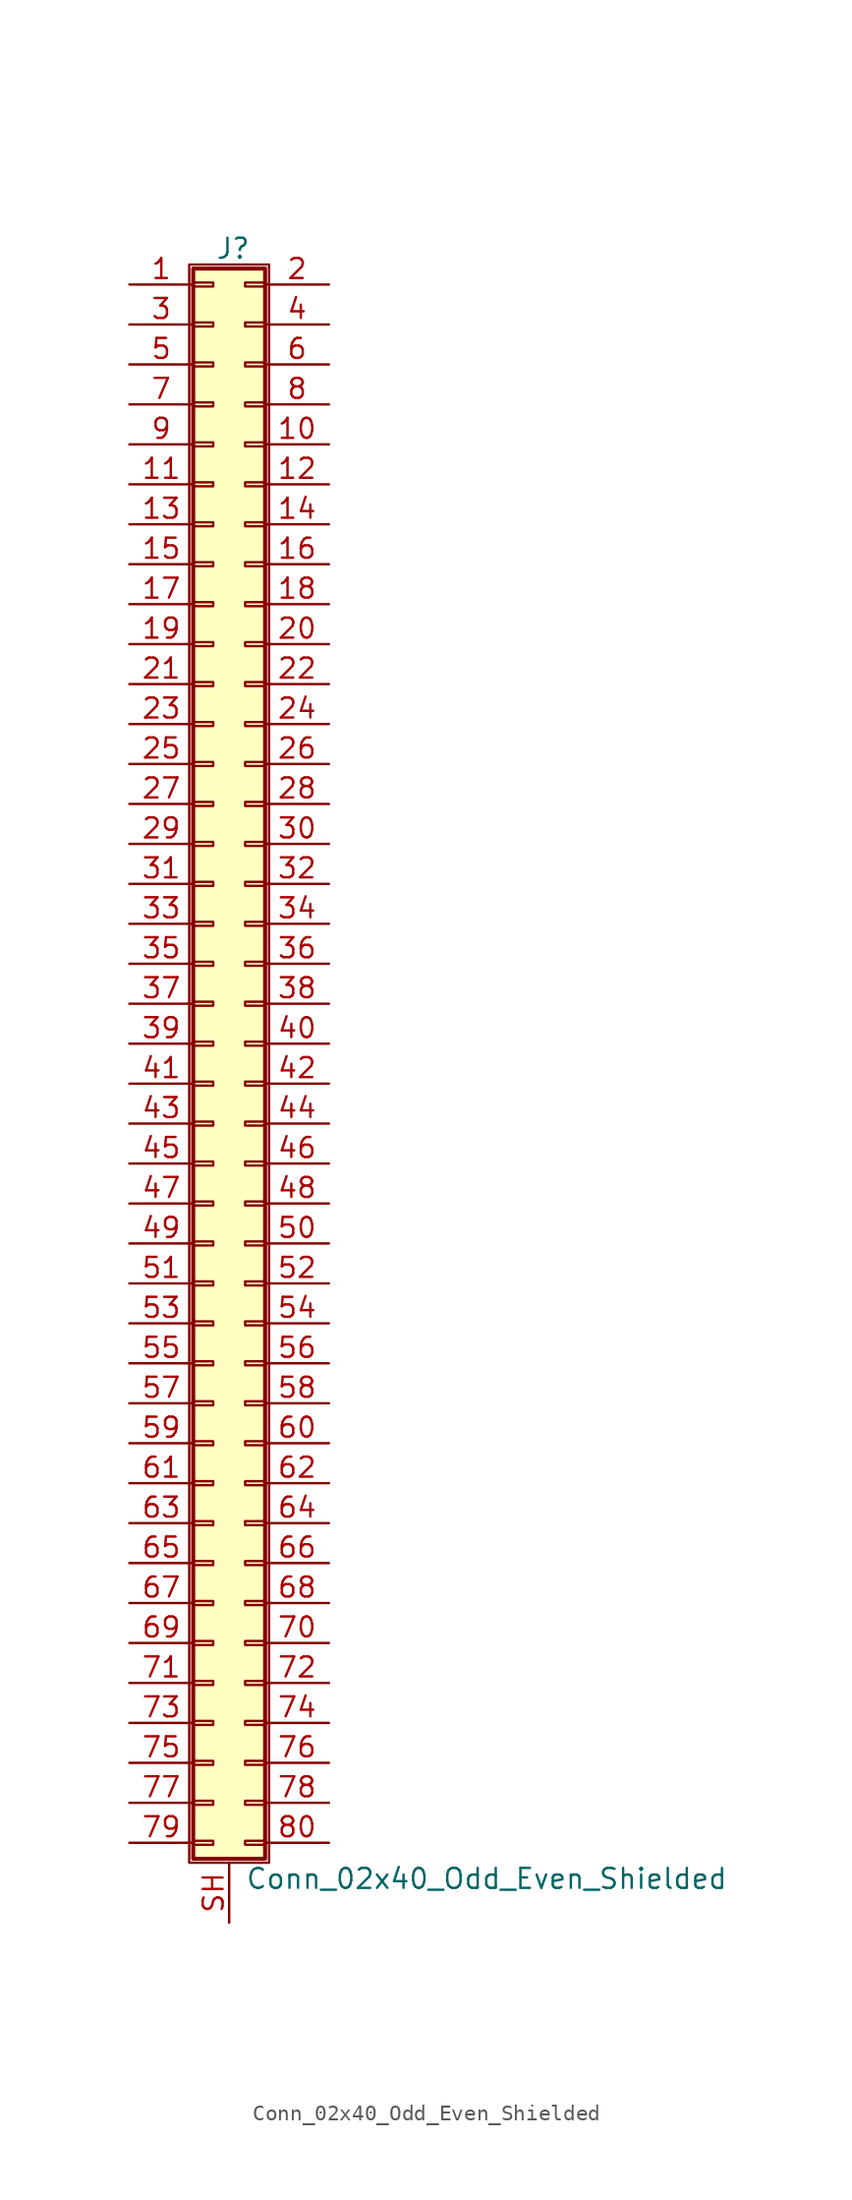
<source format=kicad_sym>
(kicad_symbol_lib
  (version 20201005)
  (generator kicad_symbol_editor)
  (symbol "Connector_Generic_Shielded:Conn_02x40_Odd_Even_Shielded"
    (pin_names
      (offset 1.016) hide)
    (property "Reference" "J"
      (at 1.524 50.546 0)
      (effects (font (size 1.27 1.27))))
    (property "Value" "Conn_02x40_Odd_Even_Shielded"
      (at 2.286 -53.086 0)
      (effects (font (size 1.27 1.27)) (justify left)))
    (symbol "Conn_02x40_Odd_Even_Shielded_1_1"
      (rectangle (start -1.016 -27.813) (end 0.254 -28.067) (stroke (width 0.152)) (fill (type none)))
      (rectangle (start -1.016 -30.353) (end 0.254 -30.607) (stroke (width 0.152)) (fill (type none)))
      (rectangle (start -1.016 -32.893) (end 0.254 -33.147) (stroke (width 0.152)) (fill (type none)))
      (rectangle (start -1.016 -35.433) (end 0.254 -35.687) (stroke (width 0.152)) (fill (type none)))
      (rectangle (start -1.016 -37.973) (end 0.254 -38.227) (stroke (width 0.152)) (fill (type none)))
      (rectangle (start -1.016 -40.513) (end 0.254 -40.767) (stroke (width 0.152)) (fill (type none)))
      (rectangle (start -1.016 -43.053) (end 0.254 -43.307) (stroke (width 0.152)) (fill (type none)))
      (rectangle (start -1.016 -45.593) (end 0.254 -45.847) (stroke (width 0.152)) (fill (type none)))
      (rectangle (start -1.016 -48.133) (end 0.254 -48.387) (stroke (width 0.152)) (fill (type none)))
      (rectangle (start -1.016 -4.953) (end 0.254 -5.207) (stroke (width 0.152)) (fill (type none)))
      (rectangle (start -1.016 -50.673) (end 0.254 -50.927) (stroke (width 0.152)) (fill (type none)))
      (rectangle (start -1.016 -7.493) (end 0.254 -7.747) (stroke (width 0.152)) (fill (type none)))
      (rectangle (start -1.016 -10.033) (end 0.254 -10.287) (stroke (width 0.152)) (fill (type none)))
      (rectangle (start -1.016 -12.573) (end 0.254 -12.827) (stroke (width 0.152)) (fill (type none)))
      (rectangle (start -1.016 -15.113) (end 0.254 -15.367) (stroke (width 0.152)) (fill (type none)))
      (rectangle (start -1.016 -17.653) (end 0.254 -17.907) (stroke (width 0.152)) (fill (type none)))
      (rectangle (start -1.016 -20.193) (end 0.254 -20.447) (stroke (width 0.152)) (fill (type none)))
      (rectangle (start -1.016 -22.733) (end 0.254 -22.987) (stroke (width 0.152)) (fill (type none)))
      (rectangle (start -1.016 -2.413) (end 0.254 -2.667) (stroke (width 0.152)) (fill (type none)))
      (rectangle (start -1.016 -25.273) (end 0.254 -25.527) (stroke (width 0.152)) (fill (type none)))
      (rectangle (start -1.016 25.527) (end 0.254 25.273) (stroke (width 0.152)) (fill (type none)))
      (rectangle (start -1.016 2.667) (end 0.254 2.413) (stroke (width 0.152)) (fill (type none)))
      (rectangle (start -1.016 28.067) (end 0.254 27.813) (stroke (width 0.152)) (fill (type none)))
      (rectangle (start -1.016 30.607) (end 0.254 30.353) (stroke (width 0.152)) (fill (type none)))
      (rectangle (start -1.016 33.147) (end 0.254 32.893) (stroke (width 0.152)) (fill (type none)))
      (rectangle (start -1.016 35.687) (end 0.254 35.433) (stroke (width 0.152)) (fill (type none)))
      (rectangle (start -1.016 38.227) (end 0.254 37.973) (stroke (width 0.152)) (fill (type none)))
      (rectangle (start -1.016 40.767) (end 0.254 40.513) (stroke (width 0.152)) (fill (type none)))
      (rectangle (start -1.016 43.307) (end 0.254 43.053) (stroke (width 0.152)) (fill (type none)))
      (rectangle (start -1.016 45.847) (end 0.254 45.593) (stroke (width 0.152)) (fill (type none)))
      (rectangle (start -1.016 48.387) (end 0.254 48.133) (stroke (width 0.152)) (fill (type none)))
      (rectangle (start -1.016 49.276) (end 3.556 -51.816) (stroke (width 0.254)) (fill (type background)))
      (rectangle (start -1.016 5.207) (end 0.254 4.953) (stroke (width 0.152)) (fill (type none)))
      (rectangle (start -1.016 7.747) (end 0.254 7.493) (stroke (width 0.152)) (fill (type none)))
      (rectangle (start -1.016 10.287) (end 0.254 10.033) (stroke (width 0.152)) (fill (type none)))
      (rectangle (start -1.016 0.127) (end 0.254 -0.127) (stroke (width 0.152)) (fill (type none)))
      (rectangle (start -1.016 12.827) (end 0.254 12.573) (stroke (width 0.152)) (fill (type none)))
      (rectangle (start -1.016 15.367) (end 0.254 15.113) (stroke (width 0.152)) (fill (type none)))
      (rectangle (start -1.016 17.907) (end 0.254 17.653) (stroke (width 0.152)) (fill (type none)))
      (rectangle (start -1.016 20.447) (end 0.254 20.193) (stroke (width 0.152)) (fill (type none)))
      (rectangle (start -1.016 22.987) (end 0.254 22.733) (stroke (width 0.152)) (fill (type none)))
      (rectangle (start -1.27 49.53) (end 3.81 -52.07) (stroke (width 0.152)) (fill (type none)))
      (rectangle (start 3.556 -27.813) (end 2.286 -28.067) (stroke (width 0.152)) (fill (type none)))
      (rectangle (start 3.556 -30.353) (end 2.286 -30.607) (stroke (width 0.152)) (fill (type none)))
      (rectangle (start 3.556 -32.893) (end 2.286 -33.147) (stroke (width 0.152)) (fill (type none)))
      (rectangle (start 3.556 -35.433) (end 2.286 -35.687) (stroke (width 0.152)) (fill (type none)))
      (rectangle (start 3.556 -37.973) (end 2.286 -38.227) (stroke (width 0.152)) (fill (type none)))
      (rectangle (start 3.556 -40.513) (end 2.286 -40.767) (stroke (width 0.152)) (fill (type none)))
      (rectangle (start 3.556 -43.053) (end 2.286 -43.307) (stroke (width 0.152)) (fill (type none)))
      (rectangle (start 3.556 -45.593) (end 2.286 -45.847) (stroke (width 0.152)) (fill (type none)))
      (rectangle (start 3.556 -48.133) (end 2.286 -48.387) (stroke (width 0.152)) (fill (type none)))
      (rectangle (start 3.556 -4.953) (end 2.286 -5.207) (stroke (width 0.152)) (fill (type none)))
      (rectangle (start 3.556 -50.673) (end 2.286 -50.927) (stroke (width 0.152)) (fill (type none)))
      (rectangle (start 3.556 -7.493) (end 2.286 -7.747) (stroke (width 0.152)) (fill (type none)))
      (rectangle (start 3.556 -10.033) (end 2.286 -10.287) (stroke (width 0.152)) (fill (type none)))
      (rectangle (start 3.556 -12.573) (end 2.286 -12.827) (stroke (width 0.152)) (fill (type none)))
      (rectangle (start 3.556 -15.113) (end 2.286 -15.367) (stroke (width 0.152)) (fill (type none)))
      (rectangle (start 3.556 -17.653) (end 2.286 -17.907) (stroke (width 0.152)) (fill (type none)))
      (rectangle (start 3.556 -20.193) (end 2.286 -20.447) (stroke (width 0.152)) (fill (type none)))
      (rectangle (start 3.556 -22.733) (end 2.286 -22.987) (stroke (width 0.152)) (fill (type none)))
      (rectangle (start 3.556 -2.413) (end 2.286 -2.667) (stroke (width 0.152)) (fill (type none)))
      (rectangle (start 3.556 -25.273) (end 2.286 -25.527) (stroke (width 0.152)) (fill (type none)))
      (rectangle (start 3.556 25.527) (end 2.286 25.273) (stroke (width 0.152)) (fill (type none)))
      (rectangle (start 3.556 2.667) (end 2.286 2.413) (stroke (width 0.152)) (fill (type none)))
      (rectangle (start 3.556 28.067) (end 2.286 27.813) (stroke (width 0.152)) (fill (type none)))
      (rectangle (start 3.556 30.607) (end 2.286 30.353) (stroke (width 0.152)) (fill (type none)))
      (rectangle (start 3.556 33.147) (end 2.286 32.893) (stroke (width 0.152)) (fill (type none)))
      (rectangle (start 3.556 35.687) (end 2.286 35.433) (stroke (width 0.152)) (fill (type none)))
      (rectangle (start 3.556 38.227) (end 2.286 37.973) (stroke (width 0.152)) (fill (type none)))
      (rectangle (start 3.556 40.767) (end 2.286 40.513) (stroke (width 0.152)) (fill (type none)))
      (rectangle (start 3.556 43.307) (end 2.286 43.053) (stroke (width 0.152)) (fill (type none)))
      (rectangle (start 3.556 45.847) (end 2.286 45.593) (stroke (width 0.152)) (fill (type none)))
      (rectangle (start 3.556 48.387) (end 2.286 48.133) (stroke (width 0.152)) (fill (type none)))
      (rectangle (start 3.556 5.207) (end 2.286 4.953) (stroke (width 0.152)) (fill (type none)))
      (rectangle (start 3.556 7.747) (end 2.286 7.493) (stroke (width 0.152)) (fill (type none)))
      (rectangle (start 3.556 10.287) (end 2.286 10.033) (stroke (width 0.152)) (fill (type none)))
      (rectangle (start 3.556 0.127) (end 2.286 -0.127) (stroke (width 0.152)) (fill (type none)))
      (rectangle (start 3.556 12.827) (end 2.286 12.573) (stroke (width 0.152)) (fill (type none)))
      (rectangle (start 3.556 15.367) (end 2.286 15.113) (stroke (width 0.152)) (fill (type none)))
      (rectangle (start 3.556 17.907) (end 2.286 17.653) (stroke (width 0.152)) (fill (type none)))
      (rectangle (start 3.556 20.447) (end 2.286 20.193) (stroke (width 0.152)) (fill (type none)))
      (rectangle (start 3.556 22.987) (end 2.286 22.733) (stroke (width 0.152)) (fill (type none)))
      (pin passive line (at -5.08 48.26 0) (length 4.064) (name "Pin_1" (effects (font (size 1.27 1.27)))) (number "1" (effects (font (size 1.27 1.27)))))
      (pin passive line (at 7.62 38.1 180) (length 4.064) (name "Pin_10" (effects (font (size 1.27 1.27)))) (number "10" (effects (font (size 1.27 1.27)))))
      (pin passive line (at -5.08 35.56 0) (length 4.064) (name "Pin_11" (effects (font (size 1.27 1.27)))) (number "11" (effects (font (size 1.27 1.27)))))
      (pin passive line (at 7.62 35.56 180) (length 4.064) (name "Pin_12" (effects (font (size 1.27 1.27)))) (number "12" (effects (font (size 1.27 1.27)))))
      (pin passive line (at -5.08 33.02 0) (length 4.064) (name "Pin_13" (effects (font (size 1.27 1.27)))) (number "13" (effects (font (size 1.27 1.27)))))
      (pin passive line (at 7.62 33.02 180) (length 4.064) (name "Pin_14" (effects (font (size 1.27 1.27)))) (number "14" (effects (font (size 1.27 1.27)))))
      (pin passive line (at -5.08 30.48 0) (length 4.064) (name "Pin_15" (effects (font (size 1.27 1.27)))) (number "15" (effects (font (size 1.27 1.27)))))
      (pin passive line (at 7.62 30.48 180) (length 4.064) (name "Pin_16" (effects (font (size 1.27 1.27)))) (number "16" (effects (font (size 1.27 1.27)))))
      (pin passive line (at -5.08 27.94 0) (length 4.064) (name "Pin_17" (effects (font (size 1.27 1.27)))) (number "17" (effects (font (size 1.27 1.27)))))
      (pin passive line (at 7.62 27.94 180) (length 4.064) (name "Pin_18" (effects (font (size 1.27 1.27)))) (number "18" (effects (font (size 1.27 1.27)))))
      (pin passive line (at -5.08 25.4 0) (length 4.064) (name "Pin_19" (effects (font (size 1.27 1.27)))) (number "19" (effects (font (size 1.27 1.27)))))
      (pin passive line (at 7.62 48.26 180) (length 4.064) (name "Pin_2" (effects (font (size 1.27 1.27)))) (number "2" (effects (font (size 1.27 1.27)))))
      (pin passive line (at 7.62 25.4 180) (length 4.064) (name "Pin_20" (effects (font (size 1.27 1.27)))) (number "20" (effects (font (size 1.27 1.27)))))
      (pin passive line (at -5.08 22.86 0) (length 4.064) (name "Pin_21" (effects (font (size 1.27 1.27)))) (number "21" (effects (font (size 1.27 1.27)))))
      (pin passive line (at 7.62 22.86 180) (length 4.064) (name "Pin_22" (effects (font (size 1.27 1.27)))) (number "22" (effects (font (size 1.27 1.27)))))
      (pin passive line (at -5.08 20.32 0) (length 4.064) (name "Pin_23" (effects (font (size 1.27 1.27)))) (number "23" (effects (font (size 1.27 1.27)))))
      (pin passive line (at 7.62 20.32 180) (length 4.064) (name "Pin_24" (effects (font (size 1.27 1.27)))) (number "24" (effects (font (size 1.27 1.27)))))
      (pin passive line (at -5.08 17.78 0) (length 4.064) (name "Pin_25" (effects (font (size 1.27 1.27)))) (number "25" (effects (font (size 1.27 1.27)))))
      (pin passive line (at 7.62 17.78 180) (length 4.064) (name "Pin_26" (effects (font (size 1.27 1.27)))) (number "26" (effects (font (size 1.27 1.27)))))
      (pin passive line (at -5.08 15.24 0) (length 4.064) (name "Pin_27" (effects (font (size 1.27 1.27)))) (number "27" (effects (font (size 1.27 1.27)))))
      (pin passive line (at 7.62 15.24 180) (length 4.064) (name "Pin_28" (effects (font (size 1.27 1.27)))) (number "28" (effects (font (size 1.27 1.27)))))
      (pin passive line (at -5.08 12.7 0) (length 4.064) (name "Pin_29" (effects (font (size 1.27 1.27)))) (number "29" (effects (font (size 1.27 1.27)))))
      (pin passive line (at -5.08 45.72 0) (length 4.064) (name "Pin_3" (effects (font (size 1.27 1.27)))) (number "3" (effects (font (size 1.27 1.27)))))
      (pin passive line (at 7.62 12.7 180) (length 4.064) (name "Pin_30" (effects (font (size 1.27 1.27)))) (number "30" (effects (font (size 1.27 1.27)))))
      (pin passive line (at -5.08 10.16 0) (length 4.064) (name "Pin_31" (effects (font (size 1.27 1.27)))) (number "31" (effects (font (size 1.27 1.27)))))
      (pin passive line (at 7.62 10.16 180) (length 4.064) (name "Pin_32" (effects (font (size 1.27 1.27)))) (number "32" (effects (font (size 1.27 1.27)))))
      (pin passive line (at -5.08 7.62 0) (length 4.064) (name "Pin_33" (effects (font (size 1.27 1.27)))) (number "33" (effects (font (size 1.27 1.27)))))
      (pin passive line (at 7.62 7.62 180) (length 4.064) (name "Pin_34" (effects (font (size 1.27 1.27)))) (number "34" (effects (font (size 1.27 1.27)))))
      (pin passive line (at -5.08 5.08 0) (length 4.064) (name "Pin_35" (effects (font (size 1.27 1.27)))) (number "35" (effects (font (size 1.27 1.27)))))
      (pin passive line (at 7.62 5.08 180) (length 4.064) (name "Pin_36" (effects (font (size 1.27 1.27)))) (number "36" (effects (font (size 1.27 1.27)))))
      (pin passive line (at -5.08 2.54 0) (length 4.064) (name "Pin_37" (effects (font (size 1.27 1.27)))) (number "37" (effects (font (size 1.27 1.27)))))
      (pin passive line (at 7.62 2.54 180) (length 4.064) (name "Pin_38" (effects (font (size 1.27 1.27)))) (number "38" (effects (font (size 1.27 1.27)))))
      (pin passive line (at -5.08 0 0) (length 4.064) (name "Pin_39" (effects (font (size 1.27 1.27)))) (number "39" (effects (font (size 1.27 1.27)))))
      (pin passive line (at 7.62 45.72 180) (length 4.064) (name "Pin_4" (effects (font (size 1.27 1.27)))) (number "4" (effects (font (size 1.27 1.27)))))
      (pin passive line (at 7.62 0 180) (length 4.064) (name "Pin_40" (effects (font (size 1.27 1.27)))) (number "40" (effects (font (size 1.27 1.27)))))
      (pin passive line (at -5.08 -2.54 0) (length 4.064) (name "Pin_41" (effects (font (size 1.27 1.27)))) (number "41" (effects (font (size 1.27 1.27)))))
      (pin passive line (at 7.62 -2.54 180) (length 4.064) (name "Pin_42" (effects (font (size 1.27 1.27)))) (number "42" (effects (font (size 1.27 1.27)))))
      (pin passive line (at -5.08 -5.08 0) (length 4.064) (name "Pin_43" (effects (font (size 1.27 1.27)))) (number "43" (effects (font (size 1.27 1.27)))))
      (pin passive line (at 7.62 -5.08 180) (length 4.064) (name "Pin_44" (effects (font (size 1.27 1.27)))) (number "44" (effects (font (size 1.27 1.27)))))
      (pin passive line (at -5.08 -7.62 0) (length 4.064) (name "Pin_45" (effects (font (size 1.27 1.27)))) (number "45" (effects (font (size 1.27 1.27)))))
      (pin passive line (at 7.62 -7.62 180) (length 4.064) (name "Pin_46" (effects (font (size 1.27 1.27)))) (number "46" (effects (font (size 1.27 1.27)))))
      (pin passive line (at -5.08 -10.16 0) (length 4.064) (name "Pin_47" (effects (font (size 1.27 1.27)))) (number "47" (effects (font (size 1.27 1.27)))))
      (pin passive line (at 7.62 -10.16 180) (length 4.064) (name "Pin_48" (effects (font (size 1.27 1.27)))) (number "48" (effects (font (size 1.27 1.27)))))
      (pin passive line (at -5.08 -12.7 0) (length 4.064) (name "Pin_49" (effects (font (size 1.27 1.27)))) (number "49" (effects (font (size 1.27 1.27)))))
      (pin passive line (at -5.08 43.18 0) (length 4.064) (name "Pin_5" (effects (font (size 1.27 1.27)))) (number "5" (effects (font (size 1.27 1.27)))))
      (pin passive line (at 7.62 -12.7 180) (length 4.064) (name "Pin_50" (effects (font (size 1.27 1.27)))) (number "50" (effects (font (size 1.27 1.27)))))
      (pin passive line (at -5.08 -15.24 0) (length 4.064) (name "Pin_51" (effects (font (size 1.27 1.27)))) (number "51" (effects (font (size 1.27 1.27)))))
      (pin passive line (at 7.62 -15.24 180) (length 4.064) (name "Pin_52" (effects (font (size 1.27 1.27)))) (number "52" (effects (font (size 1.27 1.27)))))
      (pin passive line (at -5.08 -17.78 0) (length 4.064) (name "Pin_53" (effects (font (size 1.27 1.27)))) (number "53" (effects (font (size 1.27 1.27)))))
      (pin passive line (at 7.62 -17.78 180) (length 4.064) (name "Pin_54" (effects (font (size 1.27 1.27)))) (number "54" (effects (font (size 1.27 1.27)))))
      (pin passive line (at -5.08 -20.32 0) (length 4.064) (name "Pin_55" (effects (font (size 1.27 1.27)))) (number "55" (effects (font (size 1.27 1.27)))))
      (pin passive line (at 7.62 -20.32 180) (length 4.064) (name "Pin_56" (effects (font (size 1.27 1.27)))) (number "56" (effects (font (size 1.27 1.27)))))
      (pin passive line (at -5.08 -22.86 0) (length 4.064) (name "Pin_57" (effects (font (size 1.27 1.27)))) (number "57" (effects (font (size 1.27 1.27)))))
      (pin passive line (at 7.62 -22.86 180) (length 4.064) (name "Pin_58" (effects (font (size 1.27 1.27)))) (number "58" (effects (font (size 1.27 1.27)))))
      (pin passive line (at -5.08 -25.4 0) (length 4.064) (name "Pin_59" (effects (font (size 1.27 1.27)))) (number "59" (effects (font (size 1.27 1.27)))))
      (pin passive line (at 7.62 43.18 180) (length 4.064) (name "Pin_6" (effects (font (size 1.27 1.27)))) (number "6" (effects (font (size 1.27 1.27)))))
      (pin passive line (at 7.62 -25.4 180) (length 4.064) (name "Pin_60" (effects (font (size 1.27 1.27)))) (number "60" (effects (font (size 1.27 1.27)))))
      (pin passive line (at -5.08 -27.94 0) (length 4.064) (name "Pin_61" (effects (font (size 1.27 1.27)))) (number "61" (effects (font (size 1.27 1.27)))))
      (pin passive line (at 7.62 -27.94 180) (length 4.064) (name "Pin_62" (effects (font (size 1.27 1.27)))) (number "62" (effects (font (size 1.27 1.27)))))
      (pin passive line (at -5.08 -30.48 0) (length 4.064) (name "Pin_63" (effects (font (size 1.27 1.27)))) (number "63" (effects (font (size 1.27 1.27)))))
      (pin passive line (at 7.62 -30.48 180) (length 4.064) (name "Pin_64" (effects (font (size 1.27 1.27)))) (number "64" (effects (font (size 1.27 1.27)))))
      (pin passive line (at -5.08 -33.02 0) (length 4.064) (name "Pin_65" (effects (font (size 1.27 1.27)))) (number "65" (effects (font (size 1.27 1.27)))))
      (pin passive line (at 7.62 -33.02 180) (length 4.064) (name "Pin_66" (effects (font (size 1.27 1.27)))) (number "66" (effects (font (size 1.27 1.27)))))
      (pin passive line (at -5.08 -35.56 0) (length 4.064) (name "Pin_67" (effects (font (size 1.27 1.27)))) (number "67" (effects (font (size 1.27 1.27)))))
      (pin passive line (at 7.62 -35.56 180) (length 4.064) (name "Pin_68" (effects (font (size 1.27 1.27)))) (number "68" (effects (font (size 1.27 1.27)))))
      (pin passive line (at -5.08 -38.1 0) (length 4.064) (name "Pin_69" (effects (font (size 1.27 1.27)))) (number "69" (effects (font (size 1.27 1.27)))))
      (pin passive line (at -5.08 40.64 0) (length 4.064) (name "Pin_7" (effects (font (size 1.27 1.27)))) (number "7" (effects (font (size 1.27 1.27)))))
      (pin passive line (at 7.62 -38.1 180) (length 4.064) (name "Pin_70" (effects (font (size 1.27 1.27)))) (number "70" (effects (font (size 1.27 1.27)))))
      (pin passive line (at -5.08 -40.64 0) (length 4.064) (name "Pin_71" (effects (font (size 1.27 1.27)))) (number "71" (effects (font (size 1.27 1.27)))))
      (pin passive line (at 7.62 -40.64 180) (length 4.064) (name "Pin_72" (effects (font (size 1.27 1.27)))) (number "72" (effects (font (size 1.27 1.27)))))
      (pin passive line (at -5.08 -43.18 0) (length 4.064) (name "Pin_73" (effects (font (size 1.27 1.27)))) (number "73" (effects (font (size 1.27 1.27)))))
      (pin passive line (at 7.62 -43.18 180) (length 4.064) (name "Pin_74" (effects (font (size 1.27 1.27)))) (number "74" (effects (font (size 1.27 1.27)))))
      (pin passive line (at -5.08 -45.72 0) (length 4.064) (name "Pin_75" (effects (font (size 1.27 1.27)))) (number "75" (effects (font (size 1.27 1.27)))))
      (pin passive line (at 7.62 -45.72 180) (length 4.064) (name "Pin_76" (effects (font (size 1.27 1.27)))) (number "76" (effects (font (size 1.27 1.27)))))
      (pin passive line (at -5.08 -48.26 0) (length 4.064) (name "Pin_77" (effects (font (size 1.27 1.27)))) (number "77" (effects (font (size 1.27 1.27)))))
      (pin passive line (at 7.62 -48.26 180) (length 4.064) (name "Pin_78" (effects (font (size 1.27 1.27)))) (number "78" (effects (font (size 1.27 1.27)))))
      (pin passive line (at -5.08 -50.8 0) (length 4.064) (name "Pin_79" (effects (font (size 1.27 1.27)))) (number "79" (effects (font (size 1.27 1.27)))))
      (pin passive line (at 7.62 40.64 180) (length 4.064) (name "Pin_8" (effects (font (size 1.27 1.27)))) (number "8" (effects (font (size 1.27 1.27)))))
      (pin passive line (at 7.62 -50.8 180) (length 4.064) (name "Pin_80" (effects (font (size 1.27 1.27)))) (number "80" (effects (font (size 1.27 1.27)))))
      (pin passive line (at -5.08 38.1 0) (length 4.064) (name "Pin_9" (effects (font (size 1.27 1.27)))) (number "9" (effects (font (size 1.27 1.27)))))
      (pin passive line (at 1.27 -55.88 90) (length 3.81) (name "Shield" (effects (font (size 1.27 1.27)))) (number "SH" (effects (font (size 1.27 1.27))))))))
</source>
